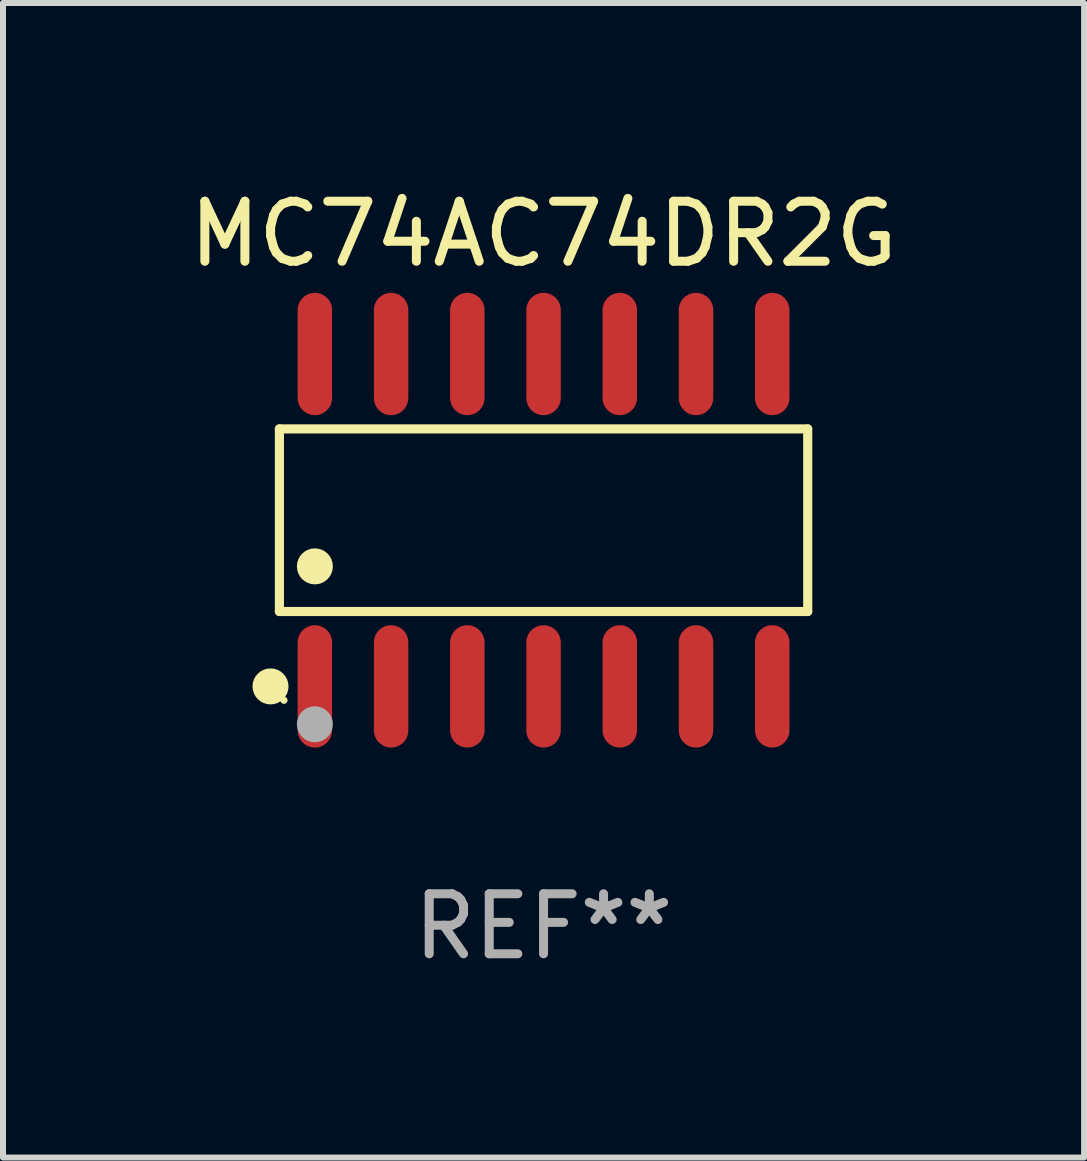
<source format=kicad_pcb>
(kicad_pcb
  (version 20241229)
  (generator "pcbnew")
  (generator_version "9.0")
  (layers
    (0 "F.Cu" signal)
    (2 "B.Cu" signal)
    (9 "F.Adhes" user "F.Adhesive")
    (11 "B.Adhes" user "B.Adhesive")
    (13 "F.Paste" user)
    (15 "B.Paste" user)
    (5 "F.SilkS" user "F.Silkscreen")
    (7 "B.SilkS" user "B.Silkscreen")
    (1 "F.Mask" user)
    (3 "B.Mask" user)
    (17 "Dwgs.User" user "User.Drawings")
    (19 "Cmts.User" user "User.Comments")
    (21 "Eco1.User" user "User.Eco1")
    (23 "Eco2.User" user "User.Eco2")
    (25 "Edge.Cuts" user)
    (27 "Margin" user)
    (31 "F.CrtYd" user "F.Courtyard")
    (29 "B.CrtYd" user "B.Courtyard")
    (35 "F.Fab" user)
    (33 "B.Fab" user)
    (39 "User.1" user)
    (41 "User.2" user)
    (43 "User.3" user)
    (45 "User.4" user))
  (footprint "MC74AC74DR2G"
    (layer "F.Cu")
    (at 6.006 5.617)
    (property "Reference" "MC74AC74DR2G" (at 0 -4.769 0) (layer "F.SilkS") (effects (font (size 1 1) (thickness 0.15))))
    (attr through_hole)
    (fp_line (start -4.401 -1.521) (end 4.401 -1.521) (stroke (width 0.152) (type solid)) (layer "F.SilkS"))
    (fp_line (start -4.401 1.521) (end -4.401 -1.521) (stroke (width 0.152) (type solid)) (layer "F.SilkS"))
    (fp_line (start 4.401 -1.521) (end 4.401 1.521) (stroke (width 0.152) (type solid)) (layer "F.SilkS"))
    (fp_line (start 4.401 1.521) (end -4.401 1.521) (stroke (width 0.152) (type solid)) (layer "F.SilkS"))
    (fp_circle (center -4.549 2.769) (end -4.399 2.769) (stroke (width 0.3) (type solid)) (fill no) (layer "F.SilkS"))
    (fp_circle (center -4.325 3) (end -4.295 3) (stroke (width 0.06) (type solid)) (fill no) (layer "F.SilkS"))
    (fp_circle (center -3.81 0.769) (end -3.66 0.769) (stroke (width 0.3) (type solid)) (fill no) (layer "F.SilkS"))
    (fp_circle (center -3.81 3.4) (end -3.66 3.4) (stroke (width 0.3) (type solid)) (fill no) (layer "F.Fab"))
    (fp_text user "REF**" (at 0 6.769 0) (layer "F.Fab") (effects (font (size 1 1) (thickness 0.15))))
    (pad "1" smd oval (at -3.81 2.769) (size 0.574 2.038) (layers "F.Cu" "F.Mask" "F.Paste"))
    (pad "2" smd oval (at -2.54 2.769) (size 0.574 2.038) (layers "F.Cu" "F.Mask" "F.Paste"))
    (pad "3" smd oval (at -1.27 2.769) (size 0.574 2.038) (layers "F.Cu" "F.Mask" "F.Paste"))
    (pad "4" smd oval (at 0 2.769) (size 0.574 2.038) (layers "F.Cu" "F.Mask" "F.Paste"))
    (pad "5" smd oval (at 1.27 2.769) (size 0.574 2.038) (layers "F.Cu" "F.Mask" "F.Paste"))
    (pad "6" smd oval (at 2.54 2.769) (size 0.574 2.038) (layers "F.Cu" "F.Mask" "F.Paste"))
    (pad "7" smd oval (at 3.81 2.769) (size 0.574 2.038) (layers "F.Cu" "F.Mask" "F.Paste"))
    (pad "8" smd oval (at 3.81 -2.769) (size 0.574 2.038) (layers "F.Cu" "F.Mask" "F.Paste"))
    (pad "9" smd oval (at 2.54 -2.769) (size 0.574 2.038) (layers "F.Cu" "F.Mask" "F.Paste"))
    (pad "10" smd oval (at 1.27 -2.769) (size 0.574 2.038) (layers "F.Cu" "F.Mask" "F.Paste"))
    (pad "11" smd oval (at 0 -2.769) (size 0.574 2.038) (layers "F.Cu" "F.Mask" "F.Paste"))
    (pad "12" smd oval (at -1.27 -2.769) (size 0.574 2.038) (layers "F.Cu" "F.Mask" "F.Paste"))
    (pad "13" smd oval (at -2.54 -2.769) (size 0.574 2.038) (layers "F.Cu" "F.Mask" "F.Paste"))
    (pad "14" smd oval (at -3.81 -2.769) (size 0.574 2.038) (layers "F.Cu" "F.Mask" "F.Paste")))
  (gr_rect
    (start -3 -3)
    (end 15.012 16.235)
    (stroke (width 0.1) (type default))
    (fill no)
    (layer "Edge.Cuts")))
</source>
